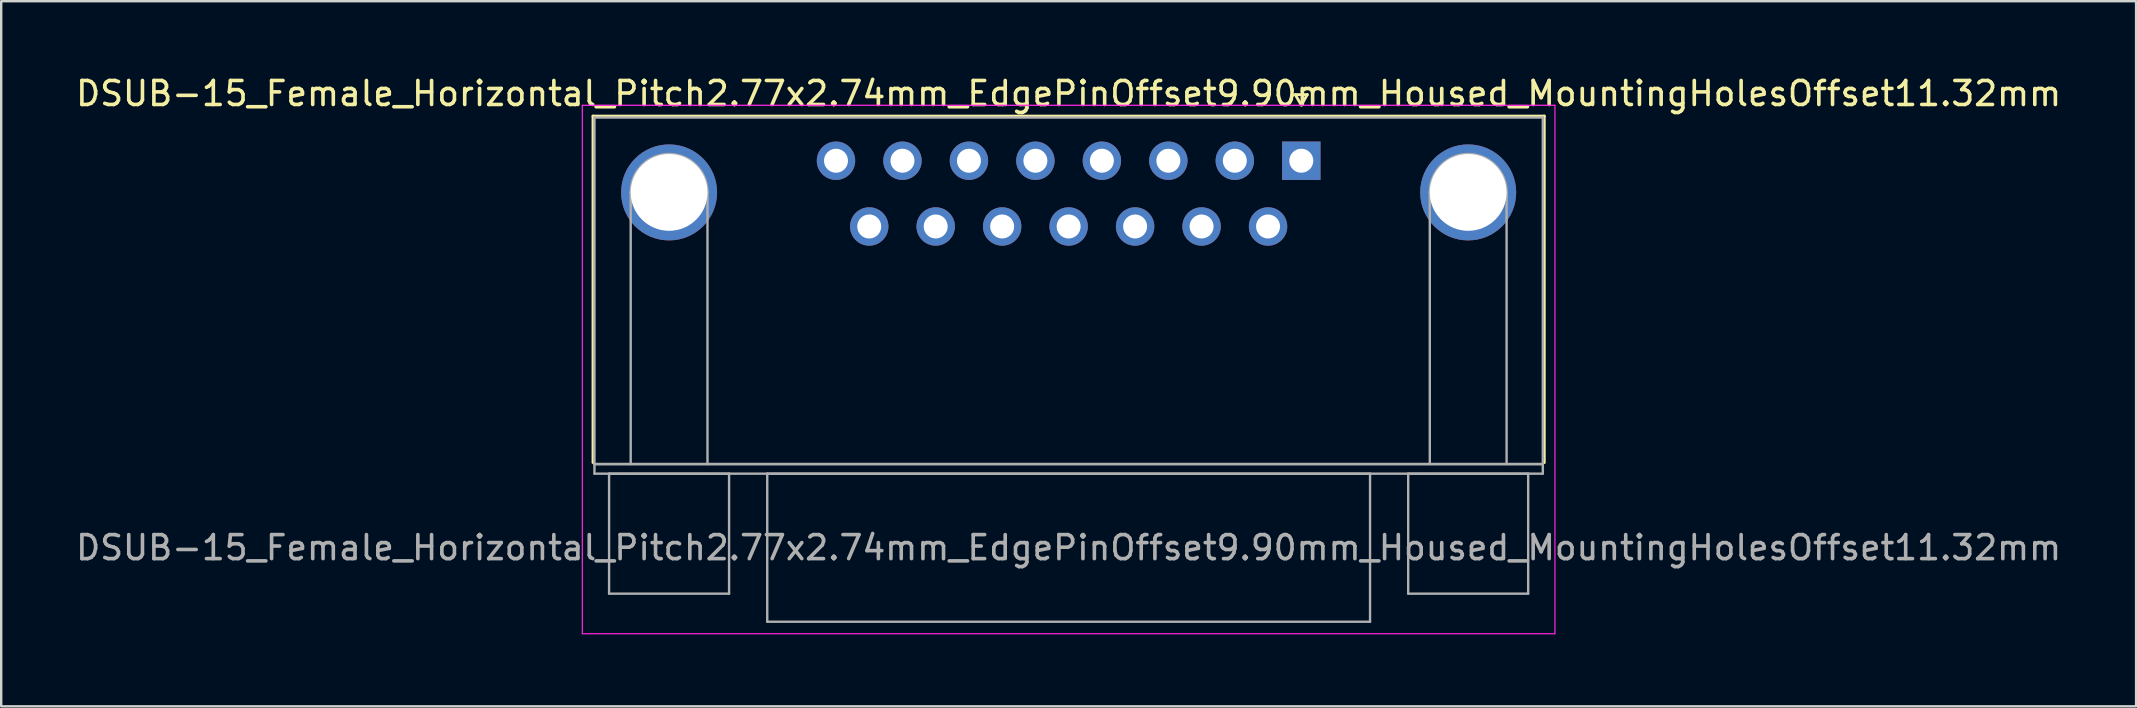
<source format=kicad_pcb>
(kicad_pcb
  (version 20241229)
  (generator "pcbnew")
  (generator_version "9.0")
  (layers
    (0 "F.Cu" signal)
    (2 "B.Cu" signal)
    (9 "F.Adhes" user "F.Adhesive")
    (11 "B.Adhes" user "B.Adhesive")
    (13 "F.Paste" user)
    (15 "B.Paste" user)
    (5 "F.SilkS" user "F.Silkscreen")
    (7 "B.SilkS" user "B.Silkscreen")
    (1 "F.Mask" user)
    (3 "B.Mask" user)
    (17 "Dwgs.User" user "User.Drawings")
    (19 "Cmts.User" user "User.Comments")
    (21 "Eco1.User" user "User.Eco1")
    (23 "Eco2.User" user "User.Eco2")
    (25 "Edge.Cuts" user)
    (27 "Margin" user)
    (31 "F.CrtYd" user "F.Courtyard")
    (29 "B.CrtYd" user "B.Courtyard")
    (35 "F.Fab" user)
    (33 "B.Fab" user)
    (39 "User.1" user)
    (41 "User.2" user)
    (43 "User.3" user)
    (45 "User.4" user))
  (footprint "DSUB-15_Female_Horizontal_Pitch2.77x2.74mm_EdgePinOffset9.90mm_Housed_MountingHolesOffset11.32mm"
    (layer "F.Cu")
    (at 51.177 3.648)
    (property "Reference" "DSUB-15_Female_Horizontal_Pitch2.77x2.74mm_EdgePinOffset9.90mm_Housed_MountingHolesOffset11.32mm" (at -9.695 -2.8 0) (layer "F.SilkS") (effects (font (size 1 1) (thickness 0.15))))
    (attr through_hole)
    (fp_line (start -29.515 -1.86) (end 10.125 -1.86) (stroke (width 0.12) (type solid)) (layer "F.SilkS"))
    (fp_line (start -29.515 12.58) (end -29.515 -1.86) (stroke (width 0.12) (type solid)) (layer "F.SilkS"))
    (fp_line (start -0.25 -2.754) (end 0.25 -2.754) (stroke (width 0.12) (type solid)) (layer "F.SilkS"))
    (fp_line (start 0 -2.321) (end -0.25 -2.754) (stroke (width 0.12) (type solid)) (layer "F.SilkS"))
    (fp_line (start 0.25 -2.754) (end 0 -2.321) (stroke (width 0.12) (type solid)) (layer "F.SilkS"))
    (fp_line (start 10.125 -1.86) (end 10.125 12.58) (stroke (width 0.12) (type solid)) (layer "F.SilkS"))
    (fp_line (start -29.96 -2.31) (end -29.96 19.71) (stroke (width 0.05) (type solid)) (layer "F.CrtYd"))
    (fp_line (start -29.96 19.71) (end 10.57 19.71) (stroke (width 0.05) (type solid)) (layer "F.CrtYd"))
    (fp_line (start 10.57 -2.31) (end -29.96 -2.31) (stroke (width 0.05) (type solid)) (layer "F.CrtYd"))
    (fp_line (start 10.57 19.71) (end 10.57 -2.31) (stroke (width 0.05) (type solid)) (layer "F.CrtYd"))
    (fp_line (start -29.455 -1.8) (end -29.455 12.64) (stroke (width 0.1) (type solid)) (layer "F.Fab"))
    (fp_line (start -29.455 12.64) (end -29.455 13.04) (stroke (width 0.1) (type solid)) (layer "F.Fab"))
    (fp_line (start -29.455 12.64) (end 10.065 12.64) (stroke (width 0.1) (type solid)) (layer "F.Fab"))
    (fp_line (start -29.455 13.04) (end 10.065 13.04) (stroke (width 0.1) (type solid)) (layer "F.Fab"))
    (fp_line (start -28.845 13.04) (end -28.845 18.04) (stroke (width 0.1) (type solid)) (layer "F.Fab"))
    (fp_line (start -28.845 18.04) (end -23.845 18.04) (stroke (width 0.1) (type solid)) (layer "F.Fab"))
    (fp_line (start -27.945 12.64) (end -27.945 1.32) (stroke (width 0.1) (type solid)) (layer "F.Fab"))
    (fp_line (start -24.745 12.64) (end -24.745 1.32) (stroke (width 0.1) (type solid)) (layer "F.Fab"))
    (fp_line (start -23.845 13.04) (end -28.845 13.04) (stroke (width 0.1) (type solid)) (layer "F.Fab"))
    (fp_line (start -23.845 18.04) (end -23.845 13.04) (stroke (width 0.1) (type solid)) (layer "F.Fab"))
    (fp_line (start -22.255 13.04) (end -22.255 19.21) (stroke (width 0.1) (type solid)) (layer "F.Fab"))
    (fp_line (start -22.255 19.21) (end 2.865 19.21) (stroke (width 0.1) (type solid)) (layer "F.Fab"))
    (fp_line (start 2.865 13.04) (end -22.255 13.04) (stroke (width 0.1) (type solid)) (layer "F.Fab"))
    (fp_line (start 2.865 19.21) (end 2.865 13.04) (stroke (width 0.1) (type solid)) (layer "F.Fab"))
    (fp_line (start 4.455 13.04) (end 4.455 18.04) (stroke (width 0.1) (type solid)) (layer "F.Fab"))
    (fp_line (start 4.455 18.04) (end 9.455 18.04) (stroke (width 0.1) (type solid)) (layer "F.Fab"))
    (fp_line (start 5.355 12.64) (end 5.355 1.32) (stroke (width 0.1) (type solid)) (layer "F.Fab"))
    (fp_line (start 8.555 12.64) (end 8.555 1.32) (stroke (width 0.1) (type solid)) (layer "F.Fab"))
    (fp_line (start 9.455 13.04) (end 4.455 13.04) (stroke (width 0.1) (type solid)) (layer "F.Fab"))
    (fp_line (start 9.455 18.04) (end 9.455 13.04) (stroke (width 0.1) (type solid)) (layer "F.Fab"))
    (fp_line (start 10.065 -1.8) (end -29.455 -1.8) (stroke (width 0.1) (type solid)) (layer "F.Fab"))
    (fp_line (start 10.065 12.64) (end -29.455 12.64) (stroke (width 0.1) (type solid)) (layer "F.Fab"))
    (fp_line (start 10.065 12.64) (end 10.065 -1.8) (stroke (width 0.1) (type solid)) (layer "F.Fab"))
    (fp_line (start 10.065 13.04) (end 10.065 12.64) (stroke (width 0.1) (type solid)) (layer "F.Fab"))
    (fp_arc (start -27.945 1.32) (mid -26.345 -0.28) (end -24.745 1.32) (stroke (width 0.1) (type solid)) (layer "F.Fab"))
    (fp_arc (start 5.355 1.32) (mid 6.955 -0.28) (end 8.555 1.32) (stroke (width 0.1) (type solid)) (layer "F.Fab"))
    (fp_text user "${REFERENCE}" (at -9.695 16.125 0) (layer "F.Fab") (effects (font (size 1 1) (thickness 0.15))))
    (pad "0" thru_hole circle (at -26.345 1.32) (size 4 4) (drill 3.2) (layers "*.Cu" "*.Mask"))
    (pad "0" thru_hole circle (at 6.955 1.32) (size 4 4) (drill 3.2) (layers "*.Cu" "*.Mask"))
    (pad "1" thru_hole rect (at 0 0) (size 1.6 1.6) (drill 1) (layers "*.Cu" "*.Mask"))
    (pad "2" thru_hole circle (at -2.77 0) (size 1.6 1.6) (drill 1) (layers "*.Cu" "*.Mask"))
    (pad "3" thru_hole circle (at -5.54 0) (size 1.6 1.6) (drill 1) (layers "*.Cu" "*.Mask"))
    (pad "4" thru_hole circle (at -8.31 0) (size 1.6 1.6) (drill 1) (layers "*.Cu" "*.Mask"))
    (pad "5" thru_hole circle (at -11.08 0) (size 1.6 1.6) (drill 1) (layers "*.Cu" "*.Mask"))
    (pad "6" thru_hole circle (at -13.85 0) (size 1.6 1.6) (drill 1) (layers "*.Cu" "*.Mask"))
    (pad "7" thru_hole circle (at -16.62 0) (size 1.6 1.6) (drill 1) (layers "*.Cu" "*.Mask"))
    (pad "8" thru_hole circle (at -19.39 0) (size 1.6 1.6) (drill 1) (layers "*.Cu" "*.Mask"))
    (pad "9" thru_hole circle (at -1.385 2.74) (size 1.6 1.6) (drill 1) (layers "*.Cu" "*.Mask"))
    (pad "10" thru_hole circle (at -4.155 2.74) (size 1.6 1.6) (drill 1) (layers "*.Cu" "*.Mask"))
    (pad "11" thru_hole circle (at -6.925 2.74) (size 1.6 1.6) (drill 1) (layers "*.Cu" "*.Mask"))
    (pad "12" thru_hole circle (at -9.695 2.74) (size 1.6 1.6) (drill 1) (layers "*.Cu" "*.Mask"))
    (pad "13" thru_hole circle (at -12.465 2.74) (size 1.6 1.6) (drill 1) (layers "*.Cu" "*.Mask"))
    (pad "14" thru_hole circle (at -15.235 2.74) (size 1.6 1.6) (drill 1) (layers "*.Cu" "*.Mask"))
    (pad "15" thru_hole circle (at -18.005 2.74) (size 1.6 1.6) (drill 1) (layers "*.Cu" "*.Mask")))
  (gr_rect
    (start -3 -3)
    (end 85.964 26.383)
    (stroke (width 0.1) (type default))
    (fill no)
    (layer "Edge.Cuts")))
</source>
